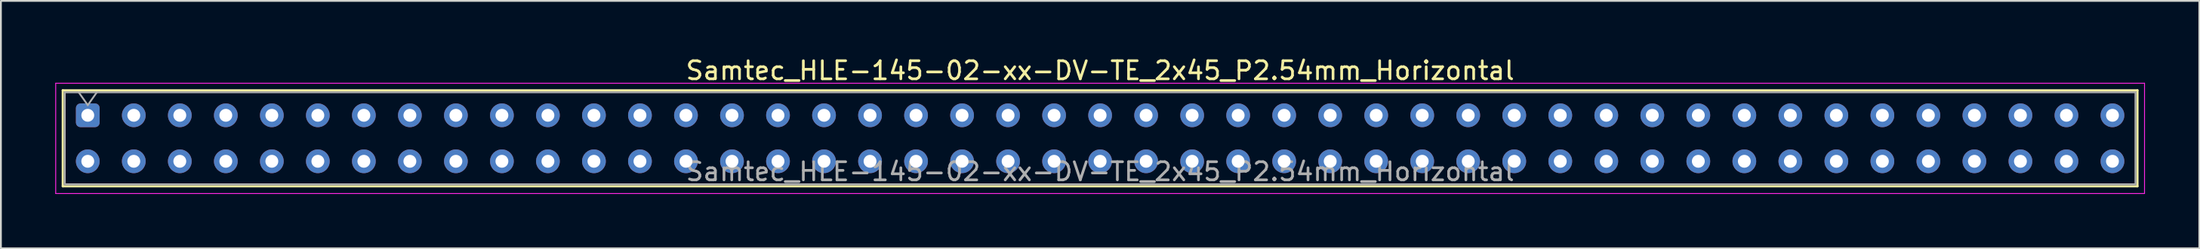
<source format=kicad_pcb>
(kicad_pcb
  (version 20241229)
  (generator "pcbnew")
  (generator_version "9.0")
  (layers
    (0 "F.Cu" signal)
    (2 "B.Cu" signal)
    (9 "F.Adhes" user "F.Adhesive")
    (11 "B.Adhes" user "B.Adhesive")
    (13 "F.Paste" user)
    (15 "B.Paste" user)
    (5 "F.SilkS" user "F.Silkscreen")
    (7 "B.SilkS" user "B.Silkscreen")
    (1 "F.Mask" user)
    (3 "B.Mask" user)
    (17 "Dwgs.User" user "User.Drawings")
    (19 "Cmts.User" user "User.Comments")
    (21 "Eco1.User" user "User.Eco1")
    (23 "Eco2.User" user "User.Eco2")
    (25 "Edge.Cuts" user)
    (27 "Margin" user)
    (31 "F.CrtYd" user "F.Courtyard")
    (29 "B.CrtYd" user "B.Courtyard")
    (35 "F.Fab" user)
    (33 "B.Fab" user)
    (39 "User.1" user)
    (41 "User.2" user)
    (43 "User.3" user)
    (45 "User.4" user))
  (footprint "Samtec_HLE-145-02-xx-DV-TE_2x45_P2.54mm_Horizontal"
    (layer "F.Cu")
    (at 1.795 3.318)
    (property "Reference" "Samtec_HLE-145-02-xx-DV-TE_2x45_P2.54mm_Horizontal" (at 55.88 -2.47 0) (layer "F.SilkS") (effects (font (size 1 1) (thickness 0.15))))
    (attr through_hole)
    (fp_line (start -1.38 -1.38) (end 113.14 -1.38) (stroke (width 0.12) (type solid)) (layer "F.SilkS"))
    (fp_line (start -1.38 3.92) (end -1.38 -1.38) (stroke (width 0.12) (type solid)) (layer "F.SilkS"))
    (fp_line (start 113.14 -1.38) (end 113.14 3.92) (stroke (width 0.12) (type solid)) (layer "F.SilkS"))
    (fp_line (start 113.14 3.92) (end -1.38 3.92) (stroke (width 0.12) (type solid)) (layer "F.SilkS"))
    (fp_line (start -1.77 -1.77) (end 113.53 -1.77) (stroke (width 0.05) (type solid)) (layer "F.CrtYd"))
    (fp_line (start -1.77 4.32) (end -1.77 -1.77) (stroke (width 0.05) (type solid)) (layer "F.CrtYd"))
    (fp_line (start 113.53 -1.77) (end 113.53 4.32) (stroke (width 0.05) (type solid)) (layer "F.CrtYd"))
    (fp_line (start 113.53 4.32) (end -1.77 4.32) (stroke (width 0.05) (type solid)) (layer "F.CrtYd"))
    (fp_line (start -1.27 -1.27) (end 113.03 -1.27) (stroke (width 0.1) (type solid)) (layer "F.Fab"))
    (fp_line (start -1.27 3.81) (end -1.27 -1.27) (stroke (width 0.1) (type solid)) (layer "F.Fab"))
    (fp_line (start -0.5 -1.27) (end 0 -0.563) (stroke (width 0.1) (type solid)) (layer "F.Fab"))
    (fp_line (start 0 -0.563) (end 0.5 -1.27) (stroke (width 0.1) (type solid)) (layer "F.Fab"))
    (fp_line (start 113.03 -1.27) (end 113.03 3.81) (stroke (width 0.1) (type solid)) (layer "F.Fab"))
    (fp_line (start 113.03 3.81) (end -1.27 3.81) (stroke (width 0.1) (type solid)) (layer "F.Fab"))
    (fp_text user "${REFERENCE}" (at 55.88 3.11 0) (layer "F.Fab") (effects (font (size 1 1) (thickness 0.15))))
    (pad "1" thru_hole roundrect (at 0 0) (size 1.31 1.31) (drill 0.71) (layers "*.Cu" "*.Mask") (roundrect_rratio 0.191))
    (pad "2" thru_hole circle (at 0 2.54) (size 1.31 1.31) (drill 0.71) (layers "*.Cu" "*.Mask"))
    (pad "3" thru_hole circle (at 2.54 0) (size 1.31 1.31) (drill 0.71) (layers "*.Cu" "*.Mask"))
    (pad "4" thru_hole circle (at 2.54 2.54) (size 1.31 1.31) (drill 0.71) (layers "*.Cu" "*.Mask"))
    (pad "5" thru_hole circle (at 5.08 0) (size 1.31 1.31) (drill 0.71) (layers "*.Cu" "*.Mask"))
    (pad "6" thru_hole circle (at 5.08 2.54) (size 1.31 1.31) (drill 0.71) (layers "*.Cu" "*.Mask"))
    (pad "7" thru_hole circle (at 7.62 0) (size 1.31 1.31) (drill 0.71) (layers "*.Cu" "*.Mask"))
    (pad "8" thru_hole circle (at 7.62 2.54) (size 1.31 1.31) (drill 0.71) (layers "*.Cu" "*.Mask"))
    (pad "9" thru_hole circle (at 10.16 0) (size 1.31 1.31) (drill 0.71) (layers "*.Cu" "*.Mask"))
    (pad "10" thru_hole circle (at 10.16 2.54) (size 1.31 1.31) (drill 0.71) (layers "*.Cu" "*.Mask"))
    (pad "11" thru_hole circle (at 12.7 0) (size 1.31 1.31) (drill 0.71) (layers "*.Cu" "*.Mask"))
    (pad "12" thru_hole circle (at 12.7 2.54) (size 1.31 1.31) (drill 0.71) (layers "*.Cu" "*.Mask"))
    (pad "13" thru_hole circle (at 15.24 0) (size 1.31 1.31) (drill 0.71) (layers "*.Cu" "*.Mask"))
    (pad "14" thru_hole circle (at 15.24 2.54) (size 1.31 1.31) (drill 0.71) (layers "*.Cu" "*.Mask"))
    (pad "15" thru_hole circle (at 17.78 0) (size 1.31 1.31) (drill 0.71) (layers "*.Cu" "*.Mask"))
    (pad "16" thru_hole circle (at 17.78 2.54) (size 1.31 1.31) (drill 0.71) (layers "*.Cu" "*.Mask"))
    (pad "17" thru_hole circle (at 20.32 0) (size 1.31 1.31) (drill 0.71) (layers "*.Cu" "*.Mask"))
    (pad "18" thru_hole circle (at 20.32 2.54) (size 1.31 1.31) (drill 0.71) (layers "*.Cu" "*.Mask"))
    (pad "19" thru_hole circle (at 22.86 0) (size 1.31 1.31) (drill 0.71) (layers "*.Cu" "*.Mask"))
    (pad "20" thru_hole circle (at 22.86 2.54) (size 1.31 1.31) (drill 0.71) (layers "*.Cu" "*.Mask"))
    (pad "21" thru_hole circle (at 25.4 0) (size 1.31 1.31) (drill 0.71) (layers "*.Cu" "*.Mask"))
    (pad "22" thru_hole circle (at 25.4 2.54) (size 1.31 1.31) (drill 0.71) (layers "*.Cu" "*.Mask"))
    (pad "23" thru_hole circle (at 27.94 0) (size 1.31 1.31) (drill 0.71) (layers "*.Cu" "*.Mask"))
    (pad "24" thru_hole circle (at 27.94 2.54) (size 1.31 1.31) (drill 0.71) (layers "*.Cu" "*.Mask"))
    (pad "25" thru_hole circle (at 30.48 0) (size 1.31 1.31) (drill 0.71) (layers "*.Cu" "*.Mask"))
    (pad "26" thru_hole circle (at 30.48 2.54) (size 1.31 1.31) (drill 0.71) (layers "*.Cu" "*.Mask"))
    (pad "27" thru_hole circle (at 33.02 0) (size 1.31 1.31) (drill 0.71) (layers "*.Cu" "*.Mask"))
    (pad "28" thru_hole circle (at 33.02 2.54) (size 1.31 1.31) (drill 0.71) (layers "*.Cu" "*.Mask"))
    (pad "29" thru_hole circle (at 35.56 0) (size 1.31 1.31) (drill 0.71) (layers "*.Cu" "*.Mask"))
    (pad "30" thru_hole circle (at 35.56 2.54) (size 1.31 1.31) (drill 0.71) (layers "*.Cu" "*.Mask"))
    (pad "31" thru_hole circle (at 38.1 0) (size 1.31 1.31) (drill 0.71) (layers "*.Cu" "*.Mask"))
    (pad "32" thru_hole circle (at 38.1 2.54) (size 1.31 1.31) (drill 0.71) (layers "*.Cu" "*.Mask"))
    (pad "33" thru_hole circle (at 40.64 0) (size 1.31 1.31) (drill 0.71) (layers "*.Cu" "*.Mask"))
    (pad "34" thru_hole circle (at 40.64 2.54) (size 1.31 1.31) (drill 0.71) (layers "*.Cu" "*.Mask"))
    (pad "35" thru_hole circle (at 43.18 0) (size 1.31 1.31) (drill 0.71) (layers "*.Cu" "*.Mask"))
    (pad "36" thru_hole circle (at 43.18 2.54) (size 1.31 1.31) (drill 0.71) (layers "*.Cu" "*.Mask"))
    (pad "37" thru_hole circle (at 45.72 0) (size 1.31 1.31) (drill 0.71) (layers "*.Cu" "*.Mask"))
    (pad "38" thru_hole circle (at 45.72 2.54) (size 1.31 1.31) (drill 0.71) (layers "*.Cu" "*.Mask"))
    (pad "39" thru_hole circle (at 48.26 0) (size 1.31 1.31) (drill 0.71) (layers "*.Cu" "*.Mask"))
    (pad "40" thru_hole circle (at 48.26 2.54) (size 1.31 1.31) (drill 0.71) (layers "*.Cu" "*.Mask"))
    (pad "41" thru_hole circle (at 50.8 0) (size 1.31 1.31) (drill 0.71) (layers "*.Cu" "*.Mask"))
    (pad "42" thru_hole circle (at 50.8 2.54) (size 1.31 1.31) (drill 0.71) (layers "*.Cu" "*.Mask"))
    (pad "43" thru_hole circle (at 53.34 0) (size 1.31 1.31) (drill 0.71) (layers "*.Cu" "*.Mask"))
    (pad "44" thru_hole circle (at 53.34 2.54) (size 1.31 1.31) (drill 0.71) (layers "*.Cu" "*.Mask"))
    (pad "45" thru_hole circle (at 55.88 0) (size 1.31 1.31) (drill 0.71) (layers "*.Cu" "*.Mask"))
    (pad "46" thru_hole circle (at 55.88 2.54) (size 1.31 1.31) (drill 0.71) (layers "*.Cu" "*.Mask"))
    (pad "47" thru_hole circle (at 58.42 0) (size 1.31 1.31) (drill 0.71) (layers "*.Cu" "*.Mask"))
    (pad "48" thru_hole circle (at 58.42 2.54) (size 1.31 1.31) (drill 0.71) (layers "*.Cu" "*.Mask"))
    (pad "49" thru_hole circle (at 60.96 0) (size 1.31 1.31) (drill 0.71) (layers "*.Cu" "*.Mask"))
    (pad "50" thru_hole circle (at 60.96 2.54) (size 1.31 1.31) (drill 0.71) (layers "*.Cu" "*.Mask"))
    (pad "51" thru_hole circle (at 63.5 0) (size 1.31 1.31) (drill 0.71) (layers "*.Cu" "*.Mask"))
    (pad "52" thru_hole circle (at 63.5 2.54) (size 1.31 1.31) (drill 0.71) (layers "*.Cu" "*.Mask"))
    (pad "53" thru_hole circle (at 66.04 0) (size 1.31 1.31) (drill 0.71) (layers "*.Cu" "*.Mask"))
    (pad "54" thru_hole circle (at 66.04 2.54) (size 1.31 1.31) (drill 0.71) (layers "*.Cu" "*.Mask"))
    (pad "55" thru_hole circle (at 68.58 0) (size 1.31 1.31) (drill 0.71) (layers "*.Cu" "*.Mask"))
    (pad "56" thru_hole circle (at 68.58 2.54) (size 1.31 1.31) (drill 0.71) (layers "*.Cu" "*.Mask"))
    (pad "57" thru_hole circle (at 71.12 0) (size 1.31 1.31) (drill 0.71) (layers "*.Cu" "*.Mask"))
    (pad "58" thru_hole circle (at 71.12 2.54) (size 1.31 1.31) (drill 0.71) (layers "*.Cu" "*.Mask"))
    (pad "59" thru_hole circle (at 73.66 0) (size 1.31 1.31) (drill 0.71) (layers "*.Cu" "*.Mask"))
    (pad "60" thru_hole circle (at 73.66 2.54) (size 1.31 1.31) (drill 0.71) (layers "*.Cu" "*.Mask"))
    (pad "61" thru_hole circle (at 76.2 0) (size 1.31 1.31) (drill 0.71) (layers "*.Cu" "*.Mask"))
    (pad "62" thru_hole circle (at 76.2 2.54) (size 1.31 1.31) (drill 0.71) (layers "*.Cu" "*.Mask"))
    (pad "63" thru_hole circle (at 78.74 0) (size 1.31 1.31) (drill 0.71) (layers "*.Cu" "*.Mask"))
    (pad "64" thru_hole circle (at 78.74 2.54) (size 1.31 1.31) (drill 0.71) (layers "*.Cu" "*.Mask"))
    (pad "65" thru_hole circle (at 81.28 0) (size 1.31 1.31) (drill 0.71) (layers "*.Cu" "*.Mask"))
    (pad "66" thru_hole circle (at 81.28 2.54) (size 1.31 1.31) (drill 0.71) (layers "*.Cu" "*.Mask"))
    (pad "67" thru_hole circle (at 83.82 0) (size 1.31 1.31) (drill 0.71) (layers "*.Cu" "*.Mask"))
    (pad "68" thru_hole circle (at 83.82 2.54) (size 1.31 1.31) (drill 0.71) (layers "*.Cu" "*.Mask"))
    (pad "69" thru_hole circle (at 86.36 0) (size 1.31 1.31) (drill 0.71) (layers "*.Cu" "*.Mask"))
    (pad "70" thru_hole circle (at 86.36 2.54) (size 1.31 1.31) (drill 0.71) (layers "*.Cu" "*.Mask"))
    (pad "71" thru_hole circle (at 88.9 0) (size 1.31 1.31) (drill 0.71) (layers "*.Cu" "*.Mask"))
    (pad "72" thru_hole circle (at 88.9 2.54) (size 1.31 1.31) (drill 0.71) (layers "*.Cu" "*.Mask"))
    (pad "73" thru_hole circle (at 91.44 0) (size 1.31 1.31) (drill 0.71) (layers "*.Cu" "*.Mask"))
    (pad "74" thru_hole circle (at 91.44 2.54) (size 1.31 1.31) (drill 0.71) (layers "*.Cu" "*.Mask"))
    (pad "75" thru_hole circle (at 93.98 0) (size 1.31 1.31) (drill 0.71) (layers "*.Cu" "*.Mask"))
    (pad "76" thru_hole circle (at 93.98 2.54) (size 1.31 1.31) (drill 0.71) (layers "*.Cu" "*.Mask"))
    (pad "77" thru_hole circle (at 96.52 0) (size 1.31 1.31) (drill 0.71) (layers "*.Cu" "*.Mask"))
    (pad "78" thru_hole circle (at 96.52 2.54) (size 1.31 1.31) (drill 0.71) (layers "*.Cu" "*.Mask"))
    (pad "79" thru_hole circle (at 99.06 0) (size 1.31 1.31) (drill 0.71) (layers "*.Cu" "*.Mask"))
    (pad "80" thru_hole circle (at 99.06 2.54) (size 1.31 1.31) (drill 0.71) (layers "*.Cu" "*.Mask"))
    (pad "81" thru_hole circle (at 101.6 0) (size 1.31 1.31) (drill 0.71) (layers "*.Cu" "*.Mask"))
    (pad "82" thru_hole circle (at 101.6 2.54) (size 1.31 1.31) (drill 0.71) (layers "*.Cu" "*.Mask"))
    (pad "83" thru_hole circle (at 104.14 0) (size 1.31 1.31) (drill 0.71) (layers "*.Cu" "*.Mask"))
    (pad "84" thru_hole circle (at 104.14 2.54) (size 1.31 1.31) (drill 0.71) (layers "*.Cu" "*.Mask"))
    (pad "85" thru_hole circle (at 106.68 0) (size 1.31 1.31) (drill 0.71) (layers "*.Cu" "*.Mask"))
    (pad "86" thru_hole circle (at 106.68 2.54) (size 1.31 1.31) (drill 0.71) (layers "*.Cu" "*.Mask"))
    (pad "87" thru_hole circle (at 109.22 0) (size 1.31 1.31) (drill 0.71) (layers "*.Cu" "*.Mask"))
    (pad "88" thru_hole circle (at 109.22 2.54) (size 1.31 1.31) (drill 0.71) (layers "*.Cu" "*.Mask"))
    (pad "89" thru_hole circle (at 111.76 0) (size 1.31 1.31) (drill 0.71) (layers "*.Cu" "*.Mask"))
    (pad "90" thru_hole circle (at 111.76 2.54) (size 1.31 1.31) (drill 0.71) (layers "*.Cu" "*.Mask")))
  (gr_rect
    (start -3 -3)
    (end 118.35 10.663)
    (stroke (width 0.1) (type default))
    (fill no)
    (layer "Edge.Cuts")))
</source>
